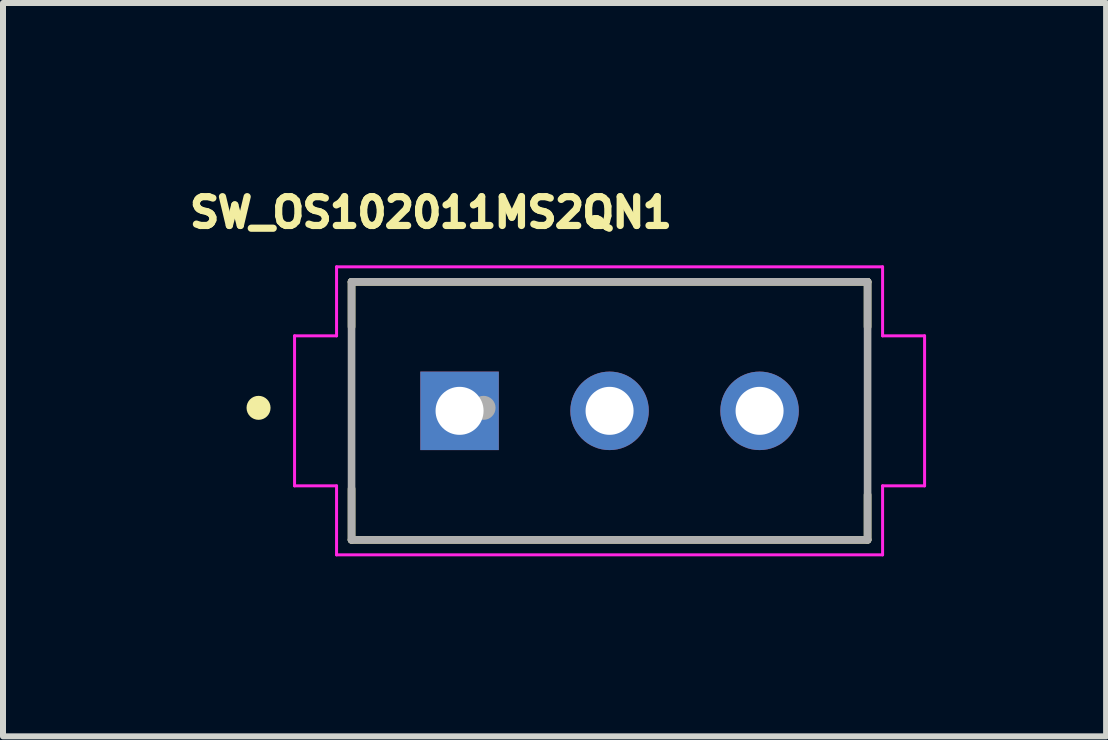
<source format=kicad_pcb>
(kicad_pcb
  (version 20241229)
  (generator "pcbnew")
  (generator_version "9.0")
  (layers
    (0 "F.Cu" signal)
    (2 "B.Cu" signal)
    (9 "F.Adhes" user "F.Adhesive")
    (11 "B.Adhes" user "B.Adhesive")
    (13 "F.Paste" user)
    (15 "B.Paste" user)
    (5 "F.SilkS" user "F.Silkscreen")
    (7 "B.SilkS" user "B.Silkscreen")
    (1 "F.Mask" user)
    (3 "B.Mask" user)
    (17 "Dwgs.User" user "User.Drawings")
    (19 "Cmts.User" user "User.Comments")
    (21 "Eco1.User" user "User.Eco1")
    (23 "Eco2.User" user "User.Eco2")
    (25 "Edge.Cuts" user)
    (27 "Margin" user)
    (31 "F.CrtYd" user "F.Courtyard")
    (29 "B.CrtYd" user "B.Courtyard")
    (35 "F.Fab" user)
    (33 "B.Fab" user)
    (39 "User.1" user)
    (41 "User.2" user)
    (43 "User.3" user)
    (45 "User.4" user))
  (footprint "SW_OS102011MS2QN1"
    (layer "F.Cu")
    (at 7.109 3.797)
    (property "Reference" "SW_OS102011MS2QN1" (at -2.977 -3.305 0) (layer "F.SilkS") (effects (font (size 0.48 0.48) (thickness 0.15))))
    (attr through_hole)
    (fp_line (start -4.3 -2.15) (end -4.3 -1.4) (stroke (width 0.127) (type solid)) (layer "F.SilkS"))
    (fp_line (start -4.3 1.3) (end -4.3 2.15) (stroke (width 0.127) (type solid)) (layer "F.SilkS"))
    (fp_line (start -4.3 2.15) (end 4.3 2.15) (stroke (width 0.127) (type solid)) (layer "F.SilkS"))
    (fp_line (start 4.3 -2.15) (end -4.3 -2.15) (stroke (width 0.127) (type solid)) (layer "F.SilkS"))
    (fp_line (start 4.3 -1.4) (end 4.3 -2.15) (stroke (width 0.127) (type solid)) (layer "F.SilkS"))
    (fp_line (start 4.3 2.15) (end 4.3 1.4) (stroke (width 0.127) (type solid)) (layer "F.SilkS"))
    (fp_circle (center -5.85 -0.05) (end -5.75 -0.05) (stroke (width 0.2) (type solid)) (fill no) (layer "F.SilkS"))
    (fp_line (start -5.25 -1.25) (end -4.55 -1.25) (stroke (width 0.05) (type solid)) (layer "F.CrtYd"))
    (fp_line (start -5.25 1.25) (end -5.25 -1.25) (stroke (width 0.05) (type solid)) (layer "F.CrtYd"))
    (fp_line (start -4.55 -2.4) (end 4.55 -2.4) (stroke (width 0.05) (type solid)) (layer "F.CrtYd"))
    (fp_line (start -4.55 -1.25) (end -4.55 -2.4) (stroke (width 0.05) (type solid)) (layer "F.CrtYd"))
    (fp_line (start -4.55 1.25) (end -5.25 1.25) (stroke (width 0.05) (type solid)) (layer "F.CrtYd"))
    (fp_line (start -4.55 2.4) (end -4.55 1.25) (stroke (width 0.05) (type solid)) (layer "F.CrtYd"))
    (fp_line (start 4.55 -2.4) (end 4.55 -1.25) (stroke (width 0.05) (type solid)) (layer "F.CrtYd"))
    (fp_line (start 4.55 -1.25) (end 5.25 -1.25) (stroke (width 0.05) (type solid)) (layer "F.CrtYd"))
    (fp_line (start 4.55 1.25) (end 4.55 2.4) (stroke (width 0.05) (type solid)) (layer "F.CrtYd"))
    (fp_line (start 4.55 2.4) (end -4.55 2.4) (stroke (width 0.05) (type solid)) (layer "F.CrtYd"))
    (fp_line (start 5.25 -1.25) (end 5.25 1.25) (stroke (width 0.05) (type solid)) (layer "F.CrtYd"))
    (fp_line (start 5.25 1.25) (end 4.55 1.25) (stroke (width 0.05) (type solid)) (layer "F.CrtYd"))
    (fp_line (start -4.3 -2.15) (end 4.3 -2.15) (stroke (width 0.127) (type solid)) (layer "F.Fab"))
    (fp_line (start -4.3 2.15) (end -4.3 -2.15) (stroke (width 0.127) (type solid)) (layer "F.Fab"))
    (fp_line (start 4.3 -2.15) (end 4.3 2.15) (stroke (width 0.127) (type solid)) (layer "F.Fab"))
    (fp_line (start 4.3 2.15) (end -4.3 2.15) (stroke (width 0.127) (type solid)) (layer "F.Fab"))
    (fp_circle (center -2.1 -0.05) (end -2 -0.05) (stroke (width 0.2) (type solid)) (fill no) (layer "F.Fab"))
    (pad "1" thru_hole rect (at -2.5 0) (size 1.308 1.308) (drill 0.8) (layers "*.Cu" "*.Mask"))
    (pad "2" thru_hole circle (at 0 0) (size 1.308 1.308) (drill 0.8) (layers "*.Cu" "*.Mask"))
    (pad "3" thru_hole circle (at 2.5 0) (size 1.308 1.308) (drill 0.8) (layers "*.Cu" "*.Mask")))
  (gr_rect
    (start -3 -3)
    (end 15.384 9.222)
    (stroke (width 0.1) (type default))
    (fill no)
    (layer "Edge.Cuts")))
</source>
